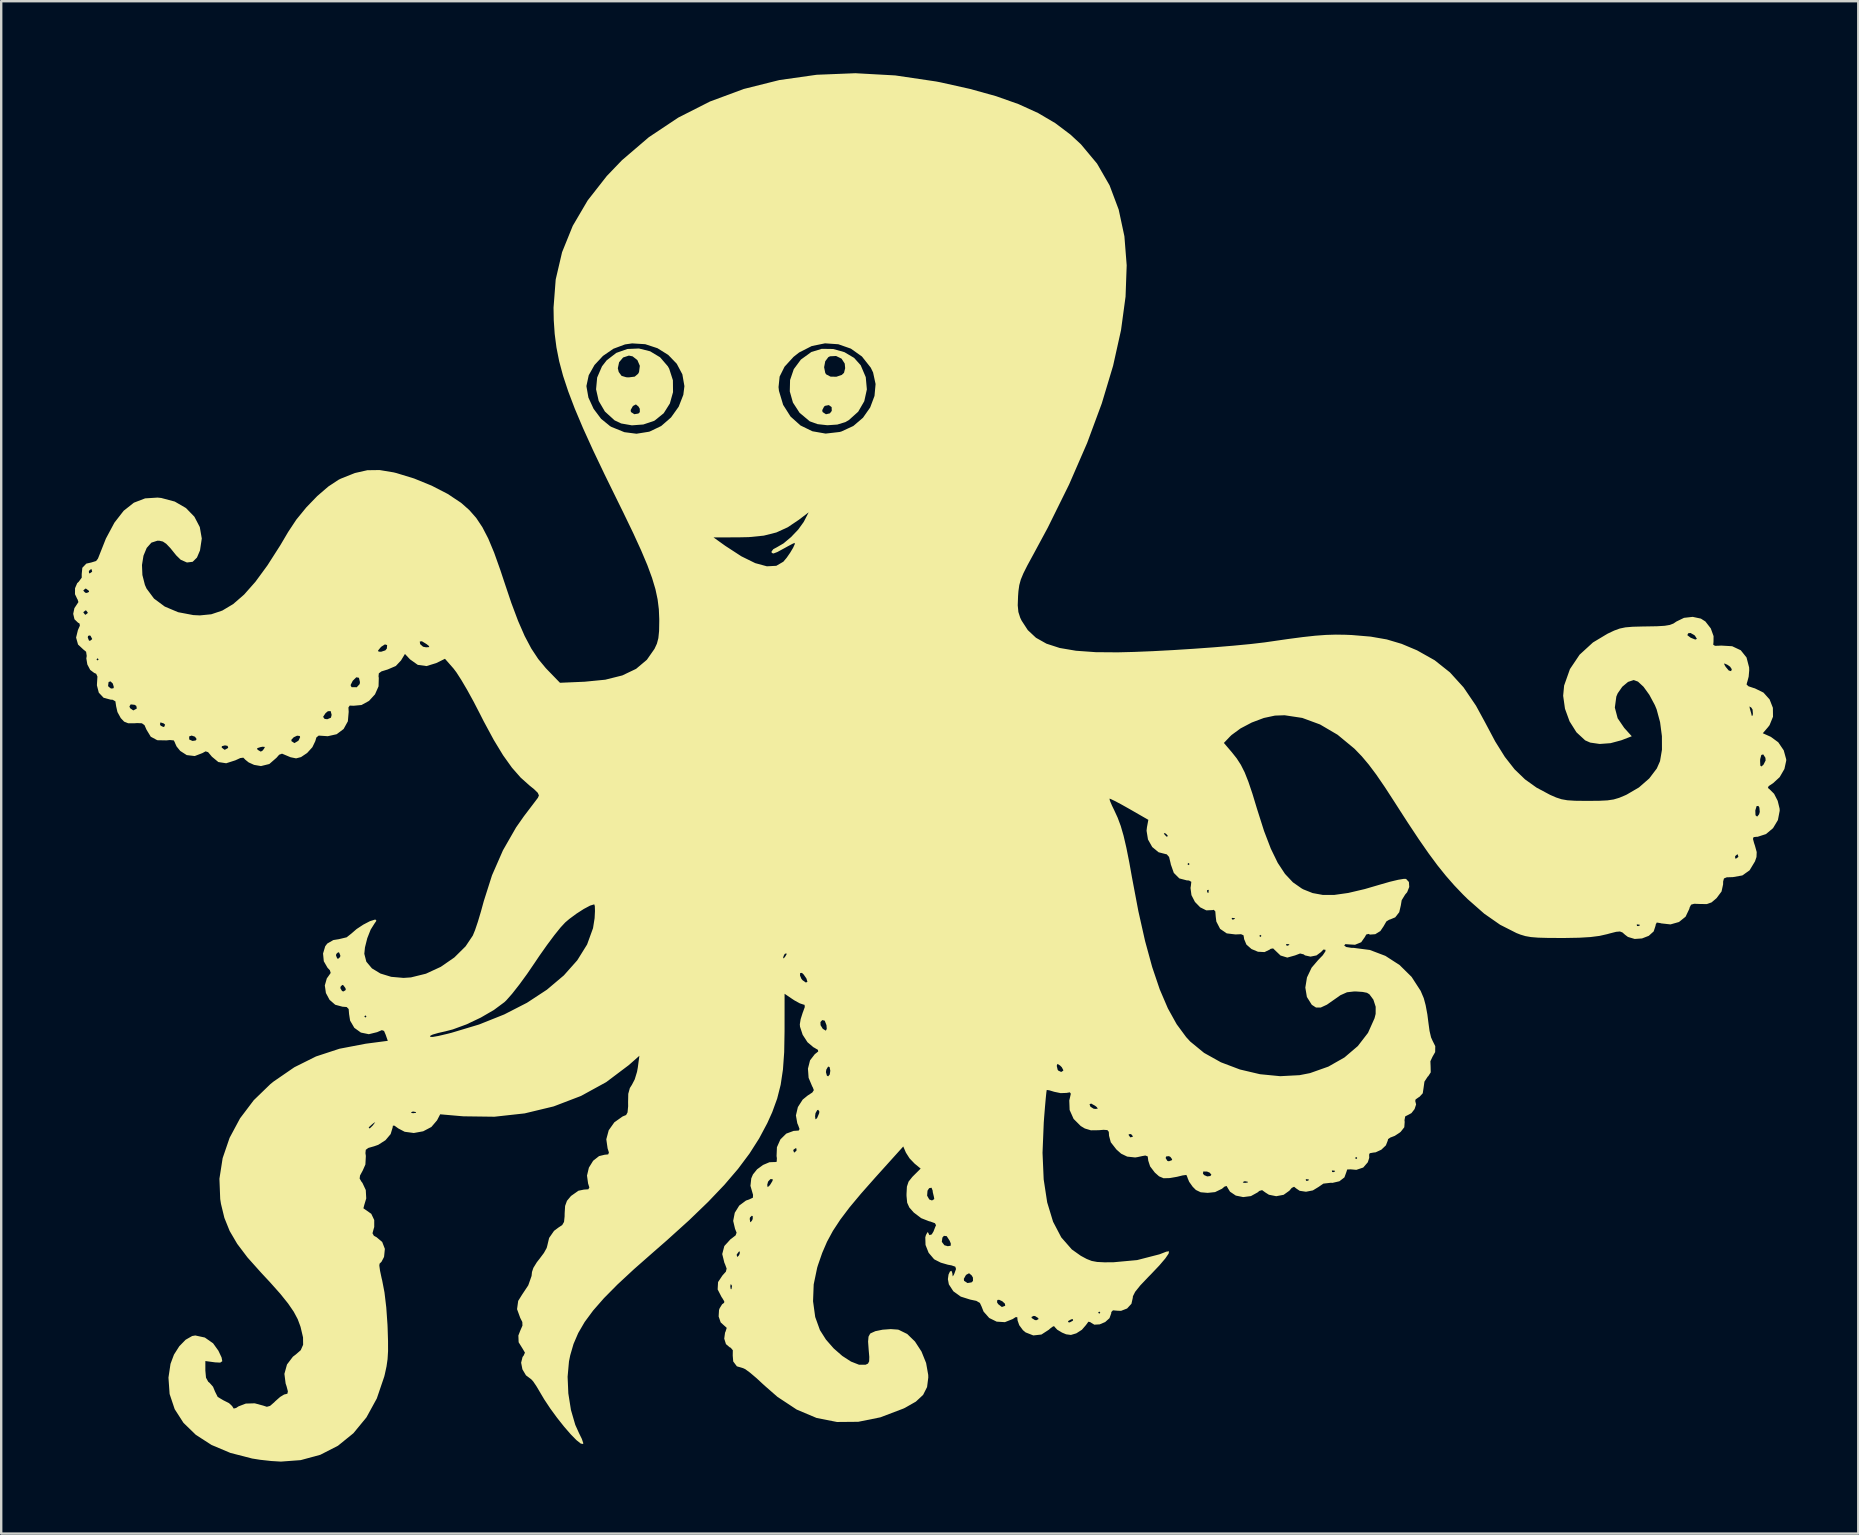
<source format=kicad_pcb>
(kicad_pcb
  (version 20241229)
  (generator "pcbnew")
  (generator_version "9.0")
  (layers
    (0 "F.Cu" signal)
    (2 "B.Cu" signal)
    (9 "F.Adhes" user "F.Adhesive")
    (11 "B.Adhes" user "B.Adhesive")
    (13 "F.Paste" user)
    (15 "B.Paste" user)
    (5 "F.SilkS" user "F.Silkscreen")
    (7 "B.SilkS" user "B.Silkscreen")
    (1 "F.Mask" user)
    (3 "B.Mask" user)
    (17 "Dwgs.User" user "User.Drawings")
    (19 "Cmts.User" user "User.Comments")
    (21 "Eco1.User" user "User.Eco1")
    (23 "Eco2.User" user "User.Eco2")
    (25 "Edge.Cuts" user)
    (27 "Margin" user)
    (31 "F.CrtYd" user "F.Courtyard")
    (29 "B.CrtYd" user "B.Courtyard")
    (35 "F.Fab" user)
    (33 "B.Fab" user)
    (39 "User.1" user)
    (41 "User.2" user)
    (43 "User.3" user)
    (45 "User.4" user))
  (footprint "octopus"
    (layer "F.Cu")
    (at 35.622 28.909)
    (property "Reference" "octopus" (at 0 0 0) (layer "F.SilkS") (effects (font (size 1.524 1.524) (thickness 0.3))))
    (attr board_only exclude_from_pos_files exclude_from_bom)
    (fp_poly (pts (xy -11.588 -17.324) (xy -11.174 -17.075) (xy -10.85 -16.699) (xy -10.793 -16.597) (xy -10.639 -16.118) (xy -10.634 -15.622) (xy -10.766 -15.15) (xy -11.023 -14.743) (xy -11.394 -14.443) (xy -11.43 -14.423) (xy -11.872 -14.275) (xy -12.348 -14.24) (xy -12.795 -14.318) (xy -13.07 -14.448) (xy -13.473 -14.816) (xy -13.509 -14.878) (xy -12.399 -14.878) (xy -12.388 -14.795) (xy -12.246 -14.703) (xy -12.077 -14.731) (xy -12.017 -14.79) (xy -12.019 -14.93) (xy -12.072 -15.022) (xy -12.18 -15.111) (xy -12.291 -15.053) (xy -12.317 -15.026) (xy -12.399 -14.878) (xy -13.509 -14.878) (xy -13.731 -15.257) (xy -13.84 -15.74) (xy -13.795 -16.231) (xy -13.628 -16.618) (xy -12.934 -16.618) (xy -12.896 -16.461) (xy -12.778 -16.301) (xy -12.581 -16.242) (xy -12.473 -16.238) (xy -12.229 -16.269) (xy -12.089 -16.387) (xy -12.05 -16.461) (xy -12.017 -16.719) (xy -12.119 -16.957) (xy -12.319 -17.114) (xy -12.473 -17.145) (xy -12.714 -17.066) (xy -12.88 -16.87) (xy -12.934 -16.618) (xy -13.628 -16.618) (xy -13.593 -16.698) (xy -13.399 -16.948) (xy -12.997 -17.258) (xy -12.537 -17.42) (xy -12.055 -17.441)) (stroke (width 0) (type solid)) (fill yes) (layer "F.SilkS"))
    (fp_poly (pts (xy -3.961 -17.42) (xy -3.495 -17.289) (xy -3.09 -17.049) (xy -2.816 -16.743) (xy -2.605 -16.247) (xy -2.559 -15.736) (xy -2.667 -15.245) (xy -2.92 -14.808) (xy -3.31 -14.458) (xy -3.456 -14.374) (xy -3.791 -14.272) (xy -4.203 -14.244) (xy -4.61 -14.289) (xy -4.933 -14.405) (xy -4.944 -14.412) (xy -5.364 -14.764) (xy -5.433 -14.872) (xy -4.418 -14.872) (xy -4.405 -14.795) (xy -4.263 -14.701) (xy -4.1 -14.739) (xy -4.021 -14.841) (xy -4.027 -15) (xy -4.143 -15.083) (xy -4.3 -15.053) (xy -4.342 -15.019) (xy -4.418 -14.872) (xy -5.433 -14.872) (xy -5.639 -15.188) (xy -5.77 -15.653) (xy -5.758 -16.127) (xy -5.604 -16.58) (xy -5.545 -16.66) (xy -4.34 -16.66) (xy -4.293 -16.424) (xy -4.255 -16.364) (xy -4.075 -16.269) (xy -3.829 -16.264) (xy -3.604 -16.34) (xy -3.511 -16.428) (xy -3.463 -16.621) (xy -3.481 -16.812) (xy -3.614 -17.018) (xy -3.842 -17.129) (xy -4.092 -17.116) (xy -4.164 -17.081) (xy -4.293 -16.909) (xy -4.34 -16.66) (xy -5.545 -16.66) (xy -5.308 -16.979) (xy -4.872 -17.295) (xy -4.869 -17.296) (xy -4.437 -17.427)) (stroke (width 0) (type solid)) (fill yes) (layer "F.SilkS"))
    (fp_poly (pts (xy -1.378 -28.817) (xy 0.323 -28.565) (xy 0.499 -28.531) (xy 1.74 -28.254) (xy 2.819 -27.954) (xy 3.758 -27.622) (xy 4.575 -27.25) (xy 5.291 -26.828) (xy 5.926 -26.349) (xy 6.362 -25.944) (xy 7.029 -25.145) (xy 7.552 -24.238) (xy 7.932 -23.227) (xy 8.17 -22.115) (xy 8.265 -20.906) (xy 8.218 -19.602) (xy 8.029 -18.206) (xy 7.699 -16.722) (xy 7.228 -15.154) (xy 6.617 -13.503) (xy 5.865 -11.774) (xy 4.974 -9.97) (xy 4.376 -8.861) (xy 4.132 -8.413) (xy 3.963 -8.078) (xy 3.854 -7.815) (xy 3.79 -7.581) (xy 3.755 -7.333) (xy 3.74 -7.132) (xy 3.726 -6.743) (xy 3.753 -6.464) (xy 3.829 -6.226) (xy 3.886 -6.107) (xy 4.145 -5.709) (xy 4.486 -5.39) (xy 4.923 -5.144) (xy 5.474 -4.965) (xy 6.154 -4.849) (xy 6.978 -4.79) (xy 7.892 -4.783) (xy 8.573 -4.8) (xy 9.354 -4.832) (xy 10.197 -4.877) (xy 11.064 -4.932) (xy 11.916 -4.994) (xy 12.717 -5.061) (xy 13.427 -5.129) (xy 14.009 -5.197) (xy 14.197 -5.224) (xy 14.97 -5.336) (xy 15.6 -5.419) (xy 16.121 -5.476) (xy 16.568 -5.509) (xy 16.977 -5.521) (xy 17.38 -5.515) (xy 17.644 -5.504) (xy 18.429 -5.438) (xy 19.1 -5.321) (xy 19.721 -5.136) (xy 20.355 -4.869) (xy 20.365 -4.864) (xy 21.094 -4.454) (xy 21.731 -3.948) (xy 22.298 -3.324) (xy 22.817 -2.56) (xy 23.198 -1.86) (xy 23.619 -1.067) (xy 24.02 -0.426) (xy 24.425 0.091) (xy 24.858 0.508) (xy 25.34 0.853) (xy 25.895 1.149) (xy 25.902 1.153) (xy 26.156 1.264) (xy 26.381 1.337) (xy 26.626 1.38) (xy 26.943 1.4) (xy 27.38 1.405) (xy 27.486 1.405) (xy 27.954 1.401) (xy 28.292 1.384) (xy 28.551 1.346) (xy 28.781 1.278) (xy 29.034 1.172) (xy 29.096 1.143) (xy 29.604 0.846) (xy 30.034 0.471) (xy 30.349 0.056) (xy 30.484 -0.25) (xy 30.484 -0.253) (xy 34.653 -0.253) (xy 34.662 -0.064) (xy 34.707 -0.028) (xy 34.792 -0.101) (xy 34.883 -0.28) (xy 34.873 -0.392) (xy 34.782 -0.532) (xy 34.702 -0.507) (xy 34.656 -0.333) (xy 34.653 -0.253) (xy 30.484 -0.253) (xy 30.564 -0.726) (xy 30.562 -1.291) (xy 30.486 -1.874) (xy 30.342 -2.407) (xy 30.291 -2.53) (xy 34.209 -2.53) (xy 34.227 -2.431) (xy 34.231 -2.419) (xy 34.287 -2.224) (xy 34.301 -2.147) (xy 34.326 -2.129) (xy 34.354 -2.209) (xy 34.338 -2.401) (xy 34.285 -2.482) (xy 34.209 -2.53) (xy 30.291 -2.53) (xy 30.268 -2.585) (xy 30.038 -3.014) (xy 29.796 -3.349) (xy 29.565 -3.563) (xy 29.387 -3.629) (xy 29.151 -3.551) (xy 28.911 -3.35) (xy 28.72 -3.076) (xy 28.663 -2.941) (xy 28.601 -2.482) (xy 28.718 -2.037) (xy 28.991 -1.636) (xy 29.306 -1.287) (xy 28.873 -1.12) (xy 28.422 -0.999) (xy 27.97 -0.966) (xy 27.576 -1.023) (xy 27.365 -1.116) (xy 27.002 -1.452) (xy 26.715 -1.908) (xy 26.524 -2.433) (xy 26.448 -2.974) (xy 26.488 -3.399) (xy 26.731 -4.086) (xy 26.891 -4.324) (xy 33.16 -4.324) (xy 33.164 -4.27) (xy 33.219 -4.178) (xy 33.347 -4.026) (xy 33.444 -3.999) (xy 33.474 -4.079) (xy 33.403 -4.186) (xy 33.288 -4.266) (xy 33.16 -4.324) (xy 26.891 -4.324) (xy 27.133 -4.685) (xy 27.689 -5.194) (xy 28.195 -5.498) (xy 31.621 -5.498) (xy 31.754 -5.396) (xy 31.76 -5.392) (xy 31.953 -5.315) (xy 32.02 -5.344) (xy 31.943 -5.469) (xy 31.912 -5.501) (xy 31.752 -5.59) (xy 31.656 -5.577) (xy 31.621 -5.498) (xy 28.195 -5.498) (xy 28.301 -5.561) (xy 28.574 -5.69) (xy 28.804 -5.774) (xy 29.044 -5.824) (xy 29.346 -5.849) (xy 29.762 -5.86) (xy 29.904 -5.862) (xy 30.362 -5.87) (xy 30.678 -5.889) (xy 30.892 -5.925) (xy 31.044 -5.984) (xy 31.165 -6.066) (xy 31.482 -6.22) (xy 31.845 -6.261) (xy 32.186 -6.188) (xy 32.373 -6.069) (xy 32.598 -5.78) (xy 32.714 -5.459) (xy 32.711 -5.218) (xy 32.7 -5.1) (xy 32.775 -5.054) (xy 32.979 -5.061) (xy 33.026 -5.065) (xy 33.488 -5.038) (xy 33.847 -4.869) (xy 34.087 -4.569) (xy 34.195 -4.154) (xy 34.199 -4.035) (xy 34.176 -3.769) (xy 34.121 -3.561) (xy 34.115 -3.549) (xy 34.088 -3.445) (xy 34.168 -3.369) (xy 34.389 -3.295) (xy 34.433 -3.283) (xy 34.793 -3.106) (xy 35.048 -2.822) (xy 35.185 -2.473) (xy 35.19 -2.101) (xy 35.047 -1.75) (xy 34.981 -1.664) (xy 34.765 -1.413) (xy 35.101 -1.262) (xy 35.409 -1.036) (xy 35.637 -0.7) (xy 35.74 -0.326) (xy 35.741 -0.272) (xy 35.665 0.076) (xy 35.468 0.416) (xy 35.195 0.667) (xy 35.184 0.674) (xy 35.008 0.791) (xy 34.977 0.866) (xy 35.049 0.924) (xy 35.236 1.11) (xy 35.386 1.404) (xy 35.465 1.729) (xy 35.469 1.814) (xy 35.394 2.204) (xy 35.191 2.542) (xy 34.898 2.788) (xy 34.552 2.9) (xy 34.487 2.903) (xy 34.381 2.916) (xy 34.355 2.988) (xy 34.402 3.165) (xy 34.437 3.268) (xy 34.511 3.537) (xy 34.502 3.744) (xy 34.439 3.926) (xy 34.214 4.298) (xy 33.914 4.511) (xy 33.517 4.581) (xy 33.509 4.581) (xy 33.262 4.589) (xy 33.147 4.637) (xy 33.113 4.763) (xy 33.111 4.883) (xy 33.046 5.18) (xy 32.837 5.459) (xy 32.631 5.634) (xy 32.434 5.704) (xy 32.159 5.701) (xy 31.906 5.691) (xy 31.778 5.729) (xy 31.718 5.843) (xy 31.702 5.907) (xy 31.548 6.23) (xy 31.273 6.451) (xy 30.92 6.551) (xy 30.532 6.508) (xy 30.503 6.498) (xy 30.348 6.473) (xy 30.3 6.566) (xy 30.299 6.6) (xy 30.219 6.843) (xy 30.014 7.027) (xy 29.733 7.136) (xy 29.427 7.157) (xy 29.146 7.073) (xy 29.027 6.983) (xy 28.919 6.887) (xy 28.813 6.846) (xy 28.654 6.86) (xy 28.39 6.927) (xy 28.278 6.958) (xy 27.961 7.03) (xy 27.585 7.078) (xy 27.112 7.106) (xy 26.505 7.117) (xy 26.352 7.117) (xy 25.807 7.114) (xy 25.405 7.103) (xy 25.107 7.079) (xy 24.874 7.038) (xy 24.668 6.976) (xy 24.502 6.911) (xy 23.826 6.568) (xy 23.817 6.562) (xy 29.512 6.562) (xy 29.525 6.616) (xy 29.573 6.622) (xy 29.648 6.589) (xy 29.633 6.562) (xy 29.526 6.551) (xy 29.512 6.562) (xy 23.817 6.562) (xy 23.161 6.105) (xy 22.474 5.501) (xy 22.27 5.3) (xy 21.91 4.923) (xy 21.564 4.528) (xy 21.215 4.094) (xy 20.937 3.719) (xy 33.61 3.719) (xy 33.617 3.803) (xy 33.65 3.81) (xy 33.742 3.744) (xy 33.746 3.719) (xy 33.715 3.631) (xy 33.706 3.629) (xy 33.628 3.692) (xy 33.61 3.719) (xy 20.937 3.719) (xy 20.846 3.596) (xy 20.44 3.012) (xy 19.979 2.317) (xy 19.652 1.81) (xy 34.453 1.81) (xy 34.461 2.004) (xy 34.529 2.061) (xy 34.61 1.966) (xy 34.639 1.865) (xy 34.622 1.682) (xy 34.582 1.616) (xy 34.507 1.622) (xy 34.454 1.799) (xy 34.453 1.81) (xy 19.652 1.81) (xy 19.446 1.489) (xy 19.434 1.47) (xy 19.014 0.823) (xy 18.66 0.307) (xy 18.349 -0.108) (xy 18.06 -0.451) (xy 17.771 -0.751) (xy 17.746 -0.775) (xy 17.05 -1.35) (xy 16.321 -1.778) (xy 15.579 -2.051) (xy 14.845 -2.162) (xy 14.443 -2.148) (xy 13.979 -2.049) (xy 13.477 -1.86) (xy 13.007 -1.613) (xy 12.634 -1.339) (xy 12.574 -1.281) (xy 12.314 -1.009) (xy 12.642 -0.625) (xy 12.847 -0.367) (xy 13.021 -0.098) (xy 13.179 0.215) (xy 13.334 0.606) (xy 13.503 1.106) (xy 13.698 1.749) (xy 13.702 1.761) (xy 13.988 2.661) (xy 14.27 3.397) (xy 14.557 3.987) (xy 14.861 4.448) (xy 15.19 4.798) (xy 15.556 5.054) (xy 15.626 5.092) (xy 16.012 5.246) (xy 16.435 5.323) (xy 16.92 5.322) (xy 17.494 5.241) (xy 18.182 5.079) (xy 18.838 4.887) (xy 19.232 4.774) (xy 19.571 4.693) (xy 19.813 4.653) (xy 19.904 4.656) (xy 20.022 4.784) (xy 20.036 4.991) (xy 19.949 5.21) (xy 19.866 5.307) (xy 19.721 5.544) (xy 19.685 5.76) (xy 19.619 6.043) (xy 19.452 6.257) (xy 19.228 6.35) (xy 19.21 6.35) (xy 19.084 6.427) (xy 18.976 6.613) (xy 18.974 6.619) (xy 18.833 6.828) (xy 18.62 6.959) (xy 18.402 6.975) (xy 18.336 6.947) (xy 18.243 6.974) (xy 18.189 7.074) (xy 18.033 7.295) (xy 17.777 7.399) (xy 17.555 7.386) (xy 17.376 7.373) (xy 17.326 7.429) (xy 17.409 7.492) (xy 17.623 7.527) (xy 17.72 7.529) (xy 18.395 7.616) (xy 19.043 7.862) (xy 19.633 8.243) (xy 20.134 8.737) (xy 20.512 9.321) (xy 20.642 9.628) (xy 20.72 9.919) (xy 20.791 10.302) (xy 20.835 10.648) (xy 20.881 10.986) (xy 20.945 11.259) (xy 21.013 11.41) (xy 21.015 11.413) (xy 21.12 11.623) (xy 21.116 11.87) (xy 21.007 12.06) (xy 20.917 12.252) (xy 20.926 12.467) (xy 20.931 12.716) (xy 20.828 12.875) (xy 20.806 12.892) (xy 20.669 13.101) (xy 20.637 13.332) (xy 20.599 13.586) (xy 20.465 13.732) (xy 20.434 13.749) (xy 20.301 13.843) (xy 20.286 13.906) (xy 20.322 14.052) (xy 20.258 14.245) (xy 20.128 14.412) (xy 20.018 14.473) (xy 19.868 14.549) (xy 19.838 14.708) (xy 19.846 14.779) (xy 19.83 15.001) (xy 19.683 15.188) (xy 19.636 15.227) (xy 19.433 15.36) (xy 19.274 15.421) (xy 19.265 15.421) (xy 19.155 15.494) (xy 19.141 15.557) (xy 19.063 15.756) (xy 18.873 15.937) (xy 18.636 16.046) (xy 18.546 16.056) (xy 18.392 16.083) (xy 18.365 16.14) (xy 18.369 16.276) (xy 18.31 16.46) (xy 18.119 16.68) (xy 17.832 16.776) (xy 17.597 16.755) (xy 17.451 16.761) (xy 17.417 16.867) (xy 17.336 17.09) (xy 17.126 17.252) (xy 16.839 17.318) (xy 16.763 17.315) (xy 16.459 17.35) (xy 16.257 17.489) (xy 16.02 17.633) (xy 15.734 17.688) (xy 15.471 17.649) (xy 15.331 17.554) (xy 15.238 17.48) (xy 15.139 17.53) (xy 15.042 17.645) (xy 14.803 17.816) (xy 14.494 17.874) (xy 14.19 17.813) (xy 14.045 17.721) (xy 13.906 17.621) (xy 13.791 17.654) (xy 13.721 17.714) (xy 13.441 17.869) (xy 13.119 17.911) (xy 12.81 17.848) (xy 12.57 17.686) (xy 12.482 17.544) (xy 12.427 17.448) (xy 12.341 17.474) (xy 12.235 17.564) (xy 11.947 17.703) (xy 11.639 17.735) (xy 11.347 17.71) (xy 11.148 17.614) (xy 11.014 17.48) (xy 10.89 17.305) (xy 13.102 17.305) (xy 13.191 17.319) (xy 13.309 17.303) (xy 13.31 17.272) (xy 13.189 17.25) (xy 13.137 17.264) (xy 13.102 17.305) (xy 10.89 17.305) (xy 10.868 17.275) (xy 10.827 17.175) (xy 15.724 17.175) (xy 15.736 17.229) (xy 15.784 17.236) (xy 15.859 17.203) (xy 15.845 17.175) (xy 15.737 17.164) (xy 15.724 17.175) (xy 10.827 17.175) (xy 10.797 17.103) (xy 10.795 17.084) (xy 10.751 16.988) (xy 10.594 17.008) (xy 10.591 17.009) (xy 10.36 17.066) (xy 10.074 17.116) (xy 10.049 17.119) (xy 9.803 17.126) (xy 9.613 17.046) (xy 9.483 16.93) (xy 11.441 16.93) (xy 11.49 16.994) (xy 11.62 17.05) (xy 11.752 17.033) (xy 11.793 16.974) (xy 11.717 16.889) (xy 11.611 16.847) (xy 11.457 16.844) (xy 11.441 16.93) (xy 9.483 16.93) (xy 9.437 16.889) (xy 9.378 16.812) (xy 16.812 16.812) (xy 16.825 16.866) (xy 16.873 16.873) (xy 16.948 16.84) (xy 16.933 16.812) (xy 16.826 16.802) (xy 16.812 16.812) (xy 9.378 16.812) (xy 9.241 16.632) (xy 9.162 16.389) (xy 9.162 16.379) (xy 9.15 16.286) (xy 9.888 16.286) (xy 9.961 16.404) (xy 10.024 16.419) (xy 10.145 16.375) (xy 10.16 16.338) (xy 10.12 16.283) (xy 17.78 16.283) (xy 17.825 16.329) (xy 17.871 16.283) (xy 17.825 16.238) (xy 17.78 16.283) (xy 10.12 16.283) (xy 10.088 16.239) (xy 10.024 16.205) (xy 9.907 16.219) (xy 9.888 16.286) (xy 9.15 16.286) (xy 9.141 16.216) (xy 9.042 16.179) (xy 8.913 16.202) (xy 8.716 16.245) (xy 8.618 16.26) (xy 8.286 16.224) (xy 8.035 16.103) (xy 7.838 15.929) (xy 7.603 15.628) (xy 7.529 15.353) (xy 7.528 15.325) (xy 8.346 15.325) (xy 8.412 15.418) (xy 8.436 15.421) (xy 8.525 15.39) (xy 8.527 15.381) (xy 8.464 15.304) (xy 8.436 15.285) (xy 8.353 15.293) (xy 8.346 15.325) (xy 7.528 15.325) (xy 7.52 15.193) (xy 7.461 15.12) (xy 7.305 15.108) (xy 7.098 15.125) (xy 6.774 15.129) (xy 6.521 15.053) (xy 6.35 14.95) (xy 6.054 14.654) (xy 5.888 14.282) (xy 5.879 14.04) (xy 6.717 14.04) (xy 6.754 14.145) (xy 6.887 14.229) (xy 6.968 14.239) (xy 7.063 14.223) (xy 7.015 14.158) (xy 6.946 14.104) (xy 6.786 14.015) (xy 6.717 14.04) (xy 5.879 14.04) (xy 5.873 13.887) (xy 5.895 13.795) (xy 5.938 13.607) (xy 5.898 13.547) (xy 5.756 13.571) (xy 5.514 13.58) (xy 5.248 13.525) (xy 5.047 13.464) (xy 4.938 13.448) (xy 4.934 13.45) (xy 4.919 13.545) (xy 4.894 13.788) (xy 4.862 14.147) (xy 4.826 14.59) (xy 4.81 14.808) (xy 4.759 16.066) (xy 4.807 17.174) (xy 4.953 18.131) (xy 5.198 18.937) (xy 5.54 19.59) (xy 5.98 20.092) (xy 6.352 20.356) (xy 6.6 20.489) (xy 6.808 20.571) (xy 7.035 20.613) (xy 7.335 20.628) (xy 7.711 20.626) (xy 8.701 20.535) (xy 9.631 20.295) (xy 9.921 20.183) (xy 10.029 20.169) (xy 10.011 20.267) (xy 9.874 20.467) (xy 9.626 20.758) (xy 9.273 21.13) (xy 9.178 21.226) (xy 8.832 21.59) (xy 8.618 21.857) (xy 8.524 22.043) (xy 8.519 22.106) (xy 8.463 22.355) (xy 8.282 22.552) (xy 8.03 22.65) (xy 7.883 22.645) (xy 7.694 22.628) (xy 7.625 22.699) (xy 7.62 22.757) (xy 7.548 22.956) (xy 7.369 23.116) (xy 7.14 23.213) (xy 6.917 23.226) (xy 6.756 23.129) (xy 6.75 23.119) (xy 6.669 23.103) (xy 6.567 23.243) (xy 6.398 23.439) (xy 6.166 23.587) (xy 5.942 23.654) (xy 5.741 23.627) (xy 5.572 23.556) (xy 5.371 23.435) (xy 5.266 23.322) (xy 5.261 23.303) (xy 5.207 23.291) (xy 5.072 23.39) (xy 5.022 23.437) (xy 4.713 23.637) (xy 4.375 23.674) (xy 4.054 23.548) (xy 3.942 23.454) (xy 3.789 23.248) (xy 3.73 23.08) (xy 5.819 23.08) (xy 5.84 23.127) (xy 5.891 23.132) (xy 6.014 23.066) (xy 6.032 23.042) (xy 6.017 22.991) (xy 5.946 23.007) (xy 5.819 23.08) (xy 3.73 23.08) (xy 3.72 23.051) (xy 3.719 23.04) (xy 3.706 22.912) (xy 3.633 22.915) (xy 3.518 22.991) (xy 3.191 23.121) (xy 2.849 23.1) (xy 2.537 22.947) (xy 2.501 22.905) (xy 4.299 22.905) (xy 4.309 22.951) (xy 4.44 23.033) (xy 4.501 23.041) (xy 4.591 22.996) (xy 4.581 22.951) (xy 4.45 22.868) (xy 4.389 22.86) (xy 4.299 22.905) (xy 2.501 22.905) (xy 2.341 22.724) (xy 7.076 22.724) (xy 7.121 22.769) (xy 7.166 22.724) (xy 7.121 22.679) (xy 7.076 22.724) (xy 2.341 22.724) (xy 2.303 22.681) (xy 2.219 22.469) (xy 2.149 22.32) (xy 2.098 22.291) (xy 2.863 22.291) (xy 2.91 22.369) (xy 3.065 22.49) (xy 3.202 22.44) (xy 3.204 22.438) (xy 3.193 22.352) (xy 3.084 22.251) (xy 2.949 22.189) (xy 2.877 22.196) (xy 2.863 22.291) (xy 2.098 22.291) (xy 2.001 22.234) (xy 1.747 22.181) (xy 1.353 22.057) (xy 1.044 21.835) (xy 0.857 21.547) (xy 0.816 21.33) (xy 0.818 21.317) (xy 1.48 21.317) (xy 1.491 21.4) (xy 1.634 21.492) (xy 1.802 21.464) (xy 1.862 21.405) (xy 1.86 21.265) (xy 1.807 21.173) (xy 1.699 21.084) (xy 1.589 21.142) (xy 1.562 21.169) (xy 1.48 21.317) (xy 0.818 21.317) (xy 0.843 21.139) (xy 0.902 21.011) (xy 0.965 20.981) (xy 1.003 21.084) (xy 1.004 21.108) (xy 1.017 21.214) (xy 1.06 21.156) (xy 1.089 21.091) (xy 1.155 20.907) (xy 1.125 20.81) (xy 0.965 20.755) (xy 0.819 20.729) (xy 0.522 20.643) (xy 0.264 20.513) (xy 0.236 20.492) (xy 0.014 20.231) (xy -0.115 19.905) (xy -0.119 19.776) (xy 0.563 19.776) (xy 0.671 19.917) (xy 0.812 19.957) (xy 0.934 19.937) (xy 0.937 19.842) (xy 0.891 19.73) (xy 0.767 19.538) (xy 0.651 19.525) (xy 0.587 19.599) (xy 0.563 19.776) (xy -0.119 19.776) (xy -0.125 19.587) (xy -0.099 19.495) (xy -0.034 19.373) (xy -0.006 19.39) (xy 0.046 19.496) (xy 0.143 19.466) (xy 0.216 19.345) (xy 0.291 19.152) (xy 0.322 19.084) (xy 0.277 18.999) (xy 0.082 18.928) (xy 0.033 18.918) (xy -0.295 18.789) (xy -0.606 18.553) (xy -0.606 18.553) (xy -0.791 18.343) (xy -0.88 18.144) (xy -0.906 17.871) (xy -0.907 17.852) (xy -0.049 17.852) (xy 0.041 18.01) (xy 0.155 18.052) (xy 0.249 17.994) (xy 0.236 17.909) (xy 0.187 17.704) (xy 0.181 17.637) (xy 0.134 17.52) (xy 0.035 17.54) (xy -0.033 17.644) (xy -0.049 17.852) (xy -0.907 17.852) (xy -0.907 17.78) (xy -0.891 17.475) (xy -0.821 17.266) (xy -0.665 17.07) (xy -0.612 17.016) (xy -0.318 16.724) (xy -0.571 16.516) (xy -0.78 16.298) (xy -0.932 16.06) (xy -0.934 16.055) (xy -1.043 15.802) (xy -2.202 17.088) (xy -2.799 17.763) (xy -3.282 18.341) (xy -3.667 18.851) (xy -3.974 19.318) (xy -4.219 19.771) (xy -4.42 20.237) (xy -4.596 20.745) (xy -4.629 20.852) (xy -4.774 21.548) (xy -4.801 22.249) (xy -4.711 22.906) (xy -4.514 23.453) (xy -4.263 23.848) (xy -3.941 24.215) (xy -3.583 24.528) (xy -3.22 24.763) (xy -2.887 24.894) (xy -2.616 24.896) (xy -2.613 24.895) (xy -2.512 24.847) (xy -2.464 24.753) (xy -2.458 24.568) (xy -2.484 24.268) (xy -2.508 23.931) (xy -2.49 23.725) (xy -2.425 23.605) (xy -2.405 23.587) (xy -2.206 23.497) (xy -1.902 23.435) (xy -1.565 23.41) (xy -1.272 23.431) (xy -1.232 23.44) (xy -0.878 23.614) (xy -0.554 23.929) (xy -0.283 24.346) (xy -0.091 24.823) (xy -0.003 25.32) (xy -0.00034 25.426) (xy -0.051 25.825) (xy -0.216 26.151) (xy -0.517 26.431) (xy -0.975 26.692) (xy -1.039 26.722) (xy -1.997 27.086) (xy -2.917 27.272) (xy -3.803 27.28) (xy -4.657 27.111) (xy -5.483 26.762) (xy -6.283 26.234) (xy -6.848 25.74) (xy -7.153 25.457) (xy -7.423 25.228) (xy -7.624 25.08) (xy -7.716 25.037) (xy -7.975 24.961) (xy -8.127 24.758) (xy -8.147 24.509) (xy -8.143 24.291) (xy -8.231 24.186) (xy -8.271 24.17) (xy -8.429 24.036) (xy -8.501 23.808) (xy -8.467 23.558) (xy -8.446 23.513) (xy -8.397 23.359) (xy -8.483 23.28) (xy -8.485 23.28) (xy -8.649 23.131) (xy -8.734 22.884) (xy -8.718 22.614) (xy -8.692 22.542) (xy -8.589 22.376) (xy -8.506 22.316) (xy -8.499 22.255) (xy -8.588 22.107) (xy -8.611 22.077) (xy -8.775 21.758) (xy -8.768 21.628) (xy -8.248 21.628) (xy -8.231 21.745) (xy -8.2 21.747) (xy -8.179 21.625) (xy -8.193 21.573) (xy -8.233 21.539) (xy -8.248 21.628) (xy -8.768 21.628) (xy -8.758 21.451) (xy -8.575 21.176) (xy -8.432 21.017) (xy -8.401 20.888) (xy -8.469 20.703) (xy -8.495 20.647) (xy -8.574 20.325) (xy -7.983 20.325) (xy -7.954 20.408) (xy -7.887 20.336) (xy -7.858 20.27) (xy -7.851 20.176) (xy -7.893 20.185) (xy -7.98 20.301) (xy -7.983 20.325) (xy -8.574 20.325) (xy -8.584 20.283) (xy -8.497 19.95) (xy -8.24 19.668) (xy -8.2 19.64) (xy -8.027 19.506) (xy -7.986 19.393) (xy -8.051 19.231) (xy -8.128 18.904) (xy -8.113 18.823) (xy -7.439 18.823) (xy -7.419 18.944) (xy -7.403 18.959) (xy -7.344 18.888) (xy -7.315 18.823) (xy -7.313 18.706) (xy -7.351 18.687) (xy -7.429 18.761) (xy -7.439 18.823) (xy -8.113 18.823) (xy -8.062 18.564) (xy -7.876 18.264) (xy -7.595 18.055) (xy -7.467 18.011) (xy -7.307 17.936) (xy -7.301 17.812) (xy -7.306 17.799) (xy -7.409 17.441) (xy -7.404 17.4) (xy -6.71 17.4) (xy -6.694 17.495) (xy -6.629 17.447) (xy -6.575 17.378) (xy -6.487 17.231) (xy -6.481 17.165) (xy -6.579 17.162) (xy -6.675 17.267) (xy -6.71 17.4) (xy -7.404 17.4) (xy -7.375 17.132) (xy -7.305 16.968) (xy -7.132 16.753) (xy -6.882 16.571) (xy -6.618 16.459) (xy -6.401 16.45) (xy -6.391 16.454) (xy -6.315 16.439) (xy -6.308 16.29) (xy -6.321 16.201) (xy -6.311 15.966) (xy -5.624 15.966) (xy -5.593 16.054) (xy -5.584 16.056) (xy -5.507 15.993) (xy -5.488 15.966) (xy -5.495 15.882) (xy -5.528 15.875) (xy -5.621 15.941) (xy -5.624 15.966) (xy -6.311 15.966) (xy -6.306 15.834) (xy -6.161 15.508) (xy -5.917 15.267) (xy -5.608 15.153) (xy -5.54 15.149) (xy -5.398 15.139) (xy -5.364 15.075) (xy -5.424 14.91) (xy -5.457 14.836) (xy -5.509 14.542) (xy -4.716 14.542) (xy -4.701 14.672) (xy -4.647 14.636) (xy -4.626 14.605) (xy -4.548 14.422) (xy -4.537 14.35) (xy -4.586 14.275) (xy -4.626 14.287) (xy -4.699 14.414) (xy -4.716 14.542) (xy -5.509 14.542) (xy -5.515 14.51) (xy -5.433 14.161) (xy -5.233 13.85) (xy -5.026 13.681) (xy -4.83 13.553) (xy -4.768 13.455) (xy -4.814 13.334) (xy -4.835 13.301) (xy -4.986 12.942) (xy -5.003 12.705) (xy -4.264 12.705) (xy -4.225 12.85) (xy -4.173 12.881) (xy -4.105 12.804) (xy -4.082 12.649) (xy -4.111 12.495) (xy -4.173 12.473) (xy -4.249 12.601) (xy -4.264 12.705) (xy -5.003 12.705) (xy -5.014 12.561) (xy -4.985 12.447) (xy 5.352 12.447) (xy 5.389 12.606) (xy 5.413 12.64) (xy 5.537 12.698) (xy 5.62 12.647) (xy 5.624 12.62) (xy 5.562 12.502) (xy 5.488 12.428) (xy 5.38 12.363) (xy 5.352 12.439) (xy 5.352 12.447) (xy -4.985 12.447) (xy -4.926 12.214) (xy -4.726 11.955) (xy -4.704 11.939) (xy -4.586 11.845) (xy -4.597 11.777) (xy -4.753 11.685) (xy -4.786 11.668) (xy -5.033 11.459) (xy -5.234 11.148) (xy -5.344 10.813) (xy -5.352 10.71) (xy -5.337 10.618) (xy -4.493 10.618) (xy -4.488 10.751) (xy -4.395 10.901) (xy -4.27 10.976) (xy -4.265 10.976) (xy -4.23 10.901) (xy -4.241 10.75) (xy -4.314 10.562) (xy -4.417 10.536) (xy -4.493 10.618) (xy -5.337 10.618) (xy -5.317 10.497) (xy -5.233 10.232) (xy -5.221 10.202) (xy -5.145 9.993) (xy -5.154 9.902) (xy -5.208 9.888) (xy -5.352 9.84) (xy -5.571 9.72) (xy -5.657 9.664) (xy -5.987 9.44) (xy -5.988 11.002) (xy -6.003 11.869) (xy -6.055 12.599) (xy -6.15 13.232) (xy -6.296 13.809) (xy -6.501 14.373) (xy -6.709 14.834) (xy -7.047 15.468) (xy -7.448 16.097) (xy -7.926 16.736) (xy -8.496 17.402) (xy -9.17 18.109) (xy -9.963 18.874) (xy -10.889 19.711) (xy -11.441 20.193) (xy -12.263 20.916) (xy -12.949 21.553) (xy -13.511 22.121) (xy -13.962 22.636) (xy -14.316 23.115) (xy -14.584 23.575) (xy -14.78 24.031) (xy -14.917 24.502) (xy -14.969 24.759) (xy -15.026 25.396) (xy -14.996 26.09) (xy -14.887 26.778) (xy -14.707 27.398) (xy -14.548 27.75) (xy -14.432 27.987) (xy -14.376 28.154) (xy -14.378 28.197) (xy -14.478 28.179) (xy -14.658 28.036) (xy -14.896 27.793) (xy -15.17 27.477) (xy -15.46 27.112) (xy -15.744 26.724) (xy -16 26.338) (xy -16.153 26.08) (xy -16.317 25.802) (xy -16.456 25.595) (xy -16.54 25.502) (xy -16.54 25.502) (xy -16.761 25.336) (xy -16.909 25.085) (xy -16.962 24.81) (xy -16.903 24.572) (xy -16.857 24.513) (xy -16.803 24.392) (xy -16.888 24.246) (xy -17.066 23.959) (xy -17.077 23.678) (xy -16.998 23.474) (xy -16.907 23.266) (xy -16.912 23.115) (xy -16.999 22.944) (xy -17.132 22.58) (xy -17.085 22.236) (xy -16.921 21.972) (xy -16.665 21.587) (xy -16.527 21.196) (xy -16.51 21.032) (xy -16.453 20.861) (xy -16.308 20.625) (xy -16.192 20.477) (xy -16.013 20.238) (xy -15.898 20.031) (xy -15.875 19.945) (xy -15.796 19.613) (xy -15.591 19.317) (xy -15.404 19.177) (xy -15.251 19.077) (xy -15.175 18.945) (xy -15.151 18.718) (xy -15.149 18.587) (xy -15.13 18.279) (xy -15.053 18.066) (xy -14.886 17.866) (xy -14.884 17.864) (xy -14.575 17.646) (xy -14.348 17.599) (xy -14.163 17.586) (xy -14.12 17.51) (xy -14.173 17.342) (xy -14.218 17.015) (xy -14.139 16.684) (xy -13.962 16.397) (xy -13.716 16.203) (xy -13.483 16.147) (xy -13.334 16.132) (xy -13.305 16.052) (xy -13.36 15.881) (xy -13.414 15.502) (xy -13.313 15.127) (xy -13.079 14.796) (xy -12.735 14.552) (xy -12.589 14.492) (xy -12.529 14.383) (xy -12.504 14.126) (xy -12.506 13.959) (xy -12.499 13.609) (xy -12.433 13.368) (xy -12.346 13.231) (xy -12.23 13.008) (xy -12.134 12.693) (xy -12.101 12.513) (xy -12.036 12.024) (xy -12.477 12.413) (xy -13.417 13.121) (xy -14.467 13.697) (xy -15.606 14.133) (xy -16.815 14.424) (xy -18.075 14.563) (xy -19.365 14.546) (xy -19.488 14.536) (xy -20.335 14.462) (xy -20.465 14.713) (xy -20.702 14.991) (xy -21.043 15.17) (xy -21.432 15.241) (xy -21.813 15.19) (xy -22.077 15.052) (xy -22.238 14.936) (xy -22.305 14.936) (xy -22.316 15.015) (xy -22.398 15.286) (xy -22.613 15.541) (xy -22.915 15.734) (xy -23.086 15.794) (xy -23.328 15.863) (xy -23.434 15.941) (xy -23.448 16.078) (xy -23.431 16.198) (xy -23.45 16.554) (xy -23.562 16.807) (xy -23.673 17.011) (xy -23.69 17.138) (xy -23.617 17.265) (xy -23.573 17.32) (xy -23.434 17.617) (xy -23.415 17.967) (xy -23.495 18.233) (xy -23.533 18.378) (xy -23.422 18.455) (xy -23.419 18.456) (xy -23.204 18.609) (xy -23.082 18.866) (xy -23.082 19.158) (xy -23.103 19.227) (xy -23.154 19.417) (xy -23.097 19.522) (xy -22.983 19.584) (xy -22.75 19.78) (xy -22.639 20.068) (xy -22.671 20.389) (xy -22.685 20.427) (xy -22.78 20.607) (xy -22.858 20.683) (xy -22.859 20.683) (xy -22.87 20.764) (xy -22.84 20.978) (xy -22.775 21.285) (xy -22.75 21.386) (xy -22.655 21.881) (xy -22.58 22.51) (xy -22.53 23.223) (xy -22.524 23.361) (xy -22.507 23.907) (xy -22.506 24.324) (xy -22.526 24.66) (xy -22.57 24.966) (xy -22.641 25.293) (xy -22.665 25.39) (xy -22.974 26.299) (xy -23.406 27.088) (xy -23.949 27.748) (xy -24.594 28.271) (xy -25.329 28.647) (xy -26.146 28.869) (xy -26.969 28.93) (xy -27.371 28.906) (xy -27.834 28.855) (xy -28.167 28.802) (xy -29.075 28.568) (xy -29.861 28.236) (xy -30.514 27.815) (xy -31.029 27.315) (xy -31.395 26.745) (xy -31.606 26.114) (xy -31.654 25.432) (xy -31.569 24.859) (xy -31.425 24.474) (xy -31.204 24.126) (xy -30.939 23.854) (xy -30.666 23.698) (xy -30.535 23.676) (xy -30.138 23.762) (xy -29.795 24.002) (xy -29.574 24.31) (xy -29.441 24.592) (xy -29.412 24.748) (xy -29.497 24.806) (xy -29.709 24.796) (xy -29.754 24.79) (xy -30.117 24.741) (xy -30.117 25.139) (xy -30.09 25.435) (xy -29.996 25.606) (xy -29.944 25.646) (xy -29.797 25.812) (xy -29.714 26.014) (xy -29.602 26.237) (xy -29.36 26.38) (xy -29.351 26.384) (xy -29.132 26.494) (xy -28.999 26.619) (xy -28.993 26.633) (xy -28.936 26.721) (xy -28.836 26.696) (xy -28.737 26.63) (xy -28.433 26.513) (xy -28.061 26.502) (xy -27.716 26.595) (xy -27.555 26.647) (xy -27.422 26.61) (xy -27.25 26.462) (xy -27.202 26.413) (xy -27.003 26.237) (xy -26.837 26.136) (xy -26.795 26.126) (xy -26.699 26.101) (xy -26.679 26.002) (xy -26.735 25.789) (xy -26.773 25.677) (xy -26.824 25.275) (xy -26.716 24.884) (xy -26.469 24.559) (xy -26.349 24.468) (xy -26.143 24.288) (xy -26.044 24.062) (xy -26.048 23.755) (xy -26.148 23.33) (xy -26.159 23.294) (xy -26.27 22.996) (xy -26.435 22.687) (xy -26.67 22.344) (xy -26.992 21.943) (xy -27.42 21.462) (xy -27.798 21.056) (xy -28.361 20.426) (xy -28.79 19.859) (xy -29.105 19.321) (xy -29.324 18.778) (xy -29.466 18.195) (xy -29.498 17.993) (xy -29.531 17.147) (xy -29.397 16.289) (xy -29.107 15.442) (xy -28.883 15.024) (xy -23.314 15.024) (xy -23.269 15.051) (xy -23.149 14.935) (xy -23.121 14.9) (xy -23.042 14.792) (xy -23.089 14.815) (xy -23.155 14.866) (xy -23.28 14.977) (xy -23.314 15.024) (xy -28.883 15.024) (xy -28.671 14.629) (xy -28.499 14.402) (xy -21.551 14.402) (xy -21.461 14.416) (xy -21.344 14.4) (xy -21.342 14.369) (xy -21.464 14.347) (xy -21.516 14.362) (xy -21.551 14.402) (xy -28.499 14.402) (xy -28.101 13.875) (xy -27.407 13.203) (xy -27.274 13.096) (xy -26.41 12.502) (xy -25.508 12.052) (xy -24.531 11.731) (xy -23.44 11.522) (xy -23.388 11.515) (xy -22.517 11.401) (xy -22.575 11.235) (xy -20.756 11.235) (xy -20.652 11.24) (xy -20.41 11.198) (xy -20.015 11.105) (xy -19.859 11.065) (xy -18.715 10.721) (xy -17.664 10.301) (xy -16.717 9.815) (xy -15.888 9.271) (xy -15.187 8.679) (xy -5.345 8.679) (xy -5.287 8.817) (xy -5.243 8.872) (xy -5.099 8.974) (xy -5.035 8.941) (xy -5.077 8.804) (xy -5.193 8.637) (xy -5.262 8.572) (xy -5.338 8.575) (xy -5.345 8.679) (xy -15.187 8.679) (xy -15.186 8.679) (xy -14.625 8.048) (xy -14.577 7.972) (xy -6.054 7.972) (xy -5.988 7.928) (xy -5.976 7.916) (xy -5.904 7.797) (xy -5.914 7.754) (xy -5.981 7.781) (xy -6.027 7.866) (xy -6.054 7.972) (xy -14.577 7.972) (xy -14.214 7.388) (xy -13.967 6.708) (xy -13.901 6.293) (xy -13.886 5.997) (xy -13.892 5.788) (xy -13.916 5.715) (xy -14.089 5.768) (xy -14.352 5.908) (xy -14.657 6.104) (xy -14.957 6.326) (xy -15.126 6.47) (xy -15.318 6.677) (xy -15.579 7.001) (xy -15.882 7.407) (xy -16.2 7.858) (xy -16.383 8.13) (xy -16.713 8.614) (xy -17.04 9.062) (xy -17.337 9.44) (xy -17.578 9.713) (xy -17.658 9.79) (xy -18.094 10.114) (xy -18.643 10.433) (xy -19.236 10.715) (xy -19.807 10.925) (xy -20.111 11.004) (xy -20.414 11.073) (xy -20.643 11.139) (xy -20.738 11.183) (xy -20.756 11.235) (xy -22.575 11.235) (xy -22.603 11.153) (xy -22.673 10.989) (xy -22.764 10.956) (xy -22.944 11.032) (xy -22.957 11.039) (xy -23.307 11.125) (xy -23.638 11.057) (xy -23.911 10.86) (xy -24.087 10.559) (xy -24.114 10.387) (xy -23.495 10.387) (xy -23.45 10.432) (xy -23.404 10.387) (xy -23.45 10.341) (xy -23.495 10.387) (xy -24.114 10.387) (xy -24.13 10.284) (xy -24.147 10.076) (xy -24.23 9.993) (xy -24.406 9.979) (xy -24.706 9.899) (xy -24.943 9.693) (xy -25.095 9.409) (xy -25.124 9.207) (xy -24.493 9.207) (xy -24.422 9.328) (xy -24.36 9.344) (xy -24.268 9.283) (xy -24.279 9.207) (xy -24.368 9.087) (xy -24.412 9.071) (xy -24.484 9.145) (xy -24.493 9.207) (xy -25.124 9.207) (xy -25.141 9.095) (xy -25.057 8.8) (xy -24.984 8.7) (xy -24.896 8.574) (xy -24.928 8.464) (xy -25.03 8.353) (xy -25.183 8.086) (xy -25.206 7.847) (xy -24.674 7.847) (xy -24.625 7.968) (xy -24.584 7.983) (xy -24.503 7.909) (xy -24.493 7.847) (xy -24.542 7.726) (xy -24.584 7.711) (xy -24.664 7.784) (xy -24.674 7.847) (xy -25.206 7.847) (xy -25.214 7.764) (xy -25.124 7.462) (xy -25.037 7.348) (xy -24.785 7.203) (xy -24.554 7.166) (xy -24.231 7.089) (xy -24.032 6.931) (xy -23.816 6.744) (xy -23.538 6.561) (xy -23.262 6.417) (xy -23.051 6.351) (xy -23.031 6.35) (xy -22.991 6.4) (xy -23.07 6.513) (xy -23.231 6.769) (xy -23.372 7.127) (xy -23.468 7.509) (xy -23.495 7.776) (xy -23.411 8.104) (xy -23.177 8.383) (xy -22.822 8.598) (xy -22.374 8.735) (xy -21.861 8.78) (xy -21.553 8.759) (xy -20.928 8.605) (xy -20.31 8.319) (xy -19.745 7.929) (xy -19.276 7.465) (xy -18.975 7.016) (xy -18.882 6.79) (xy -18.763 6.437) (xy -18.634 6.006) (xy -18.517 5.579) (xy -18.175 4.505) (xy -17.719 3.464) (xy -17.173 2.511) (xy -16.85 2.05) (xy -16.619 1.746) (xy -16.42 1.484) (xy -16.29 1.312) (xy 7.547 1.312) (xy 7.568 1.403) (xy 7.653 1.603) (xy 7.742 1.786) (xy 7.888 2.103) (xy 8.017 2.449) (xy 8.135 2.856) (xy 8.251 3.354) (xy 8.375 3.976) (xy 8.483 4.581) (xy 8.751 5.998) (xy 9.031 7.243) (xy 9.327 8.327) (xy 9.642 9.259) (xy 9.981 10.05) (xy 10.346 10.708) (xy 10.742 11.245) (xy 10.91 11.429) (xy 11.488 11.903) (xy 12.192 12.296) (xy 12.982 12.595) (xy 13.818 12.792) (xy 14.659 12.874) (xy 15.465 12.832) (xy 15.903 12.746) (xy 16.667 12.475) (xy 17.337 12.094) (xy 17.894 11.619) (xy 18.318 11.069) (xy 18.59 10.462) (xy 18.636 10.28) (xy 18.638 9.982) (xy 18.542 9.686) (xy 18.377 9.463) (xy 18.275 9.4) (xy 18.094 9.364) (xy 17.825 9.345) (xy 17.742 9.344) (xy 17.444 9.378) (xy 17.169 9.501) (xy 16.956 9.651) (xy 16.607 9.895) (xy 16.35 10.014) (xy 16.152 10.014) (xy 15.982 9.904) (xy 15.975 9.898) (xy 15.772 9.575) (xy 15.707 9.183) (xy 15.775 8.762) (xy 15.969 8.354) (xy 16.242 8.035) (xy 16.434 7.837) (xy 16.542 7.676) (xy 16.549 7.61) (xy 16.462 7.598) (xy 16.359 7.704) (xy 16.172 7.843) (xy 15.922 7.893) (xy 15.694 7.842) (xy 15.636 7.799) (xy 15.489 7.763) (xy 15.278 7.843) (xy 14.956 7.933) (xy 14.674 7.847) (xy 14.497 7.678) (xy 14.365 7.551) (xy 14.26 7.569) (xy 14.229 7.597) (xy 14.008 7.704) (xy 13.734 7.69) (xy 13.464 7.577) (xy 13.253 7.392) (xy 13.247 7.378) (xy 14.907 7.378) (xy 14.92 7.432) (xy 14.968 7.439) (xy 15.043 7.405) (xy 15.028 7.378) (xy 14.921 7.367) (xy 14.907 7.378) (xy 13.247 7.378) (xy 13.155 7.158) (xy 13.154 7.126) (xy 13.136 7.03) (xy 13.789 7.03) (xy 13.834 7.076) (xy 13.879 7.03) (xy 13.834 6.985) (xy 13.789 7.03) (xy 13.136 7.03) (xy 13.131 7.004) (xy 13.029 6.959) (xy 12.8 6.969) (xy 12.796 6.969) (xy 12.433 6.925) (xy 12.157 6.737) (xy 12 6.433) (xy 11.982 6.29) (xy 12.64 6.29) (xy 12.652 6.343) (xy 12.7 6.35) (xy 12.775 6.317) (xy 12.76 6.29) (xy 12.653 6.279) (xy 12.64 6.29) (xy 11.982 6.29) (xy 11.974 6.221) (xy 11.957 6.009) (xy 11.893 5.943) (xy 11.837 5.955) (xy 11.581 5.966) (xy 11.327 5.839) (xy 11.109 5.615) (xy 10.963 5.332) (xy 10.942 5.171) (xy 11.611 5.171) (xy 11.645 5.245) (xy 11.672 5.231) (xy 11.683 5.124) (xy 11.672 5.11) (xy 11.618 5.123) (xy 11.611 5.171) (xy 10.942 5.171) (xy 10.924 5.032) (xy 10.939 4.943) (xy 10.957 4.777) (xy 10.86 4.721) (xy 10.77 4.717) (xy 10.458 4.635) (xy 10.228 4.405) (xy 10.102 4.048) (xy 10.1 4.037) (xy 10.795 4.037) (xy 10.84 4.082) (xy 10.886 4.037) (xy 10.84 3.991) (xy 10.795 4.037) (xy 10.1 4.037) (xy 10.097 4.013) (xy 10.031 3.741) (xy 9.933 3.63) (xy 9.917 3.629) (xy 9.594 3.546) (xy 9.329 3.327) (xy 9.152 3.013) (xy 9.109 2.747) (xy 9.812 2.747) (xy 9.834 2.798) (xy 9.925 2.896) (xy 9.978 2.876) (xy 9.979 2.863) (xy 9.914 2.786) (xy 9.874 2.758) (xy 9.812 2.747) (xy 9.109 2.747) (xy 9.093 2.649) (xy 9.109 2.505) (xy 9.167 2.195) (xy 8.372 1.738) (xy 8.037 1.55) (xy 7.765 1.406) (xy 7.592 1.324) (xy 7.547 1.312) (xy -16.29 1.312) (xy -16.286 1.307) (xy -16.262 1.275) (xy -16.221 1.179) (xy -16.267 1.071) (xy -16.422 0.919) (xy -16.609 0.768) (xy -16.983 0.434) (xy -17.346 0.02) (xy -17.714 -0.495) (xy -18.101 -1.132) (xy -18.523 -1.914) (xy -18.681 -2.226) (xy -18.944 -2.734) (xy -19.209 -3.216) (xy -19.455 -3.634) (xy -19.66 -3.952) (xy -19.778 -4.108) (xy -20.135 -4.515) (xy -20.497 -4.336) (xy -20.904 -4.211) (xy -21.267 -4.261) (xy -21.587 -4.488) (xy -21.594 -4.494) (xy -21.802 -4.716) (xy -21.967 -4.444) (xy -22.183 -4.214) (xy -22.522 -4.069) (xy -22.535 -4.065) (xy -22.781 -3.989) (xy -22.89 -3.909) (xy -22.903 -3.785) (xy -22.892 -3.718) (xy -22.902 -3.366) (xy -23.05 -3.033) (xy -23.299 -2.76) (xy -23.611 -2.589) (xy -23.94 -2.558) (xy -24.103 -2.565) (xy -24.157 -2.486) (xy -24.146 -2.306) (xy -24.18 -1.911) (xy -24.357 -1.59) (xy -24.647 -1.372) (xy -25.017 -1.289) (xy -25.19 -1.301) (xy -25.395 -1.315) (xy -25.492 -1.237) (xy -25.537 -1.084) (xy -25.659 -0.83) (xy -25.877 -0.59) (xy -26.132 -0.419) (xy -26.337 -0.366) (xy -26.568 -0.413) (xy -26.756 -0.492) (xy -26.923 -0.562) (xy -27.043 -0.517) (xy -27.153 -0.391) (xy -27.452 -0.131) (xy -27.8 -0.045) (xy -28.088 -0.095) (xy -28.314 -0.198) (xy -28.458 -0.314) (xy -28.464 -0.324) (xy -28.536 -0.395) (xy -28.662 -0.379) (xy -28.869 -0.284) (xy -29.25 -0.162) (xy -29.576 -0.213) (xy -29.846 -0.437) (xy -29.865 -0.461) (xy -30.003 -0.625) (xy -30.108 -0.658) (xy -30.242 -0.585) (xy -30.56 -0.463) (xy -30.893 -0.502) (xy -31.164 -0.676) (xy -31.278 -0.816) (xy -29.437 -0.816) (xy -29.325 -0.729) (xy -29.301 -0.726) (xy -29.187 -0.789) (xy -27.962 -0.789) (xy -27.944 -0.727) (xy -27.926 -0.715) (xy -27.811 -0.648) (xy -27.743 -0.68) (xy -27.678 -0.759) (xy -27.635 -0.842) (xy -27.73 -0.851) (xy -27.811 -0.837) (xy -27.962 -0.789) (xy -29.187 -0.789) (xy -29.183 -0.791) (xy -29.165 -0.816) (xy -29.193 -0.887) (xy -29.301 -0.907) (xy -29.429 -0.873) (xy -29.437 -0.816) (xy -31.278 -0.816) (xy -31.316 -0.863) (xy -31.387 -1.02) (xy -31.387 -1.03) (xy -31.433 -1.114) (xy -31.595 -1.13) (xy -31.737 -1.115) (xy -32.12 -1.122) (xy -32.392 -1.268) (xy -32.398 -1.279) (xy -30.792 -1.279) (xy -30.789 -1.158) (xy -30.78 -1.147) (xy -30.651 -1.092) (xy -30.52 -1.112) (xy -30.499 -1.143) (xy -26.532 -1.143) (xy -26.531 -1.084) (xy -26.406 -1.002) (xy -26.251 -1.094) (xy -26.228 -1.12) (xy -26.169 -1.25) (xy -26.184 -1.298) (xy -26.295 -1.311) (xy -26.437 -1.244) (xy -26.532 -1.143) (xy -30.499 -1.143) (xy -30.48 -1.17) (xy -30.549 -1.268) (xy -30.688 -1.316) (xy -30.792 -1.279) (xy -32.398 -1.279) (xy -32.569 -1.561) (xy -32.571 -1.565) (xy -32.652 -1.75) (xy -32.704 -1.787) (xy -32.009 -1.787) (xy -31.98 -1.728) (xy -31.865 -1.673) (xy -31.825 -1.688) (xy -31.795 -1.771) (xy -31.851 -1.821) (xy -31.987 -1.865) (xy -32.009 -1.787) (xy -32.704 -1.787) (xy -32.761 -1.828) (xy -32.961 -1.836) (xy -33.062 -1.829) (xy -33.329 -1.827) (xy -33.501 -1.896) (xy -33.642 -2.045) (xy -33.669 -2.095) (xy -25.212 -2.095) (xy -25.149 -2.01) (xy -25.037 -1.996) (xy -24.886 -2.06) (xy -24.856 -2.177) (xy -24.896 -2.335) (xy -25.012 -2.33) (xy -25.11 -2.25) (xy -25.212 -2.095) (xy -33.669 -2.095) (xy -33.779 -2.295) (xy -33.832 -2.529) (xy -33.28 -2.529) (xy -33.251 -2.455) (xy -33.119 -2.363) (xy -32.985 -2.434) (xy -32.974 -2.45) (xy -32.994 -2.553) (xy -33.064 -2.597) (xy -33.228 -2.615) (xy -33.28 -2.529) (xy -33.832 -2.529) (xy -33.836 -2.55) (xy -33.836 -2.552) (xy -33.864 -2.741) (xy -33.977 -2.807) (xy -34.063 -2.812) (xy -34.356 -2.891) (xy -34.556 -3.103) (xy -34.631 -3.393) (xy -34.169 -3.393) (xy -34.154 -3.356) (xy -34.049 -3.275) (xy -33.949 -3.284) (xy -33.929 -3.334) (xy -33.954 -3.418) (xy -24.068 -3.418) (xy -24.03 -3.338) (xy -24.014 -3.331) (xy -23.81 -3.329) (xy -23.689 -3.46) (xy -23.676 -3.542) (xy -23.719 -3.723) (xy -23.828 -3.744) (xy -23.973 -3.602) (xy -23.982 -3.589) (xy -24.068 -3.418) (xy -33.954 -3.418) (xy -33.974 -3.484) (xy -34.067 -3.573) (xy -34.148 -3.548) (xy -34.169 -3.393) (xy -34.631 -3.393) (xy -34.635 -3.41) (xy -34.628 -3.54) (xy -34.613 -3.775) (xy -34.665 -3.89) (xy -34.752 -3.929) (xy -34.915 -4.052) (xy -35.034 -4.278) (xy -35.069 -4.49) (xy -34.653 -4.49) (xy -34.608 -4.445) (xy -34.562 -4.49) (xy -34.608 -4.536) (xy -34.653 -4.49) (xy -35.069 -4.49) (xy -35.076 -4.529) (xy -35.059 -4.633) (xy -35.085 -4.808) (xy -35.145 -4.857) (xy -22.924 -4.857) (xy -22.901 -4.813) (xy -22.793 -4.808) (xy -22.619 -4.865) (xy -22.556 -4.941) (xy -22.545 -5.086) (xy -22.636 -5.114) (xy -22.785 -5.019) (xy -22.817 -4.987) (xy -22.924 -4.857) (xy -35.145 -4.857) (xy -35.197 -4.899) (xy -35.421 -5.109) (xy -35.456 -5.233) (xy -21.185 -5.233) (xy -21.169 -5.125) (xy -21.047 -5.017) (xy -20.923 -4.992) (xy -20.788 -5.002) (xy -20.808 -5.052) (xy -20.904 -5.128) (xy -21.096 -5.245) (xy -21.185 -5.233) (xy -35.456 -5.233) (xy -35.502 -5.397) (xy -35.501 -5.403) (xy -35.016 -5.403) (xy -34.968 -5.279) (xy -34.925 -5.261) (xy -34.837 -5.327) (xy -34.834 -5.347) (xy -34.9 -5.47) (xy -34.925 -5.488) (xy -35.003 -5.468) (xy -35.016 -5.403) (xy -35.501 -5.403) (xy -35.426 -5.711) (xy -35.426 -5.711) (xy -35.344 -5.895) (xy -35.359 -5.984) (xy -35.423 -6.02) (xy -35.569 -6.16) (xy -35.622 -6.386) (xy -35.611 -6.441) (xy -35.197 -6.441) (xy -35.128 -6.353) (xy -35.106 -6.35) (xy -35.018 -6.419) (xy -35.016 -6.441) (xy -35.085 -6.529) (xy -35.106 -6.531) (xy -35.195 -6.462) (xy -35.197 -6.441) (xy -35.611 -6.441) (xy -35.573 -6.623) (xy -35.509 -6.719) (xy -35.405 -6.877) (xy -35.443 -6.995) (xy -35.453 -7.005) (xy -35.548 -7.205) (xy -35.547 -7.348) (xy -35.197 -7.348) (xy -35.123 -7.268) (xy -35.056 -7.257) (xy -34.962 -7.301) (xy -34.97 -7.348) (xy -35.086 -7.435) (xy -35.112 -7.439) (xy -35.195 -7.369) (xy -35.197 -7.348) (xy -35.547 -7.348) (xy -35.546 -7.455) (xy -35.455 -7.667) (xy -35.394 -7.722) (xy -35.267 -7.895) (xy -35.268 -8.041) (xy -35.256 -8.164) (xy -34.97 -8.164) (xy -34.963 -8.081) (xy -34.93 -8.074) (xy -34.838 -8.139) (xy -34.834 -8.164) (xy -34.865 -8.253) (xy -34.874 -8.255) (xy -34.952 -8.191) (xy -34.97 -8.164) (xy -35.256 -8.164) (xy -35.243 -8.305) (xy -35.076 -8.479) (xy -34.866 -8.527) (xy -34.668 -8.588) (xy -34.592 -8.686) (xy -34.26 -9.523) (xy -33.905 -10.186) (xy -33.519 -10.682) (xy -33.095 -11.017) (xy -32.627 -11.197) (xy -32.107 -11.23) (xy -31.955 -11.214) (xy -31.391 -11.064) (xy -30.926 -10.795) (xy -30.574 -10.433) (xy -30.349 -10.002) (xy -30.266 -9.526) (xy -30.34 -9.03) (xy -30.467 -8.731) (xy -30.646 -8.555) (xy -30.884 -8.526) (xy -31.143 -8.639) (xy -31.33 -8.822) (xy -31.573 -9.123) (xy -31.747 -9.305) (xy -31.887 -9.399) (xy -32.031 -9.432) (xy -32.114 -9.434) (xy -32.365 -9.353) (xy -32.561 -9.132) (xy -32.695 -8.809) (xy -32.757 -8.421) (xy -32.74 -8.004) (xy -32.636 -7.594) (xy -32.567 -7.44) (xy -32.257 -7.023) (xy -31.808 -6.69) (xy -31.252 -6.455) (xy -30.618 -6.335) (xy -30.344 -6.322) (xy -29.869 -6.369) (xy -29.411 -6.523) (xy -28.959 -6.793) (xy -28.502 -7.19) (xy -28.03 -7.724) (xy -27.531 -8.405) (xy -26.995 -9.243) (xy -26.668 -9.797) (xy -26.328 -10.311) (xy -25.91 -10.823) (xy -25.452 -11.297) (xy -24.991 -11.693) (xy -24.565 -11.974) (xy -24.471 -12.02) (xy -23.887 -12.253) (xy -23.37 -12.37) (xy -22.858 -12.377) (xy -22.283 -12.282) (xy -22.16 -12.252) (xy -21.422 -12.026) (xy -20.69 -11.727) (xy -20.022 -11.383) (xy -19.474 -11.019) (xy -19.447 -10.998) (xy -19.119 -10.707) (xy -18.833 -10.382) (xy -18.576 -9.995) (xy -18.331 -9.522) (xy -18.087 -8.937) (xy -17.829 -8.213) (xy -17.678 -7.757) (xy -17.372 -6.846) (xy -17.088 -6.089) (xy -16.814 -5.462) (xy -16.539 -4.943) (xy -16.25 -4.506) (xy -15.937 -4.128) (xy -15.861 -4.048) (xy -15.344 -3.515) (xy -14.317 -3.559) (xy -13.458 -3.643) (xy -12.747 -3.821) (xy -12.173 -4.095) (xy -11.724 -4.473) (xy -11.405 -4.93) (xy -11.305 -5.146) (xy -11.245 -5.375) (xy -11.215 -5.67) (xy -11.208 -6.083) (xy -11.208 -6.169) (xy -11.225 -6.578) (xy -11.276 -6.986) (xy -11.367 -7.414) (xy -11.508 -7.884) (xy -11.704 -8.417) (xy -11.964 -9.033) (xy -12.21 -9.57) (xy -8.946 -9.57) (xy -8.458 -9.22) (xy -7.788 -8.784) (xy -7.209 -8.499) (xy -6.723 -8.367) (xy -6.331 -8.388) (xy -6.038 -8.559) (xy -5.9 -8.723) (xy -5.755 -8.932) (xy -5.632 -9.138) (xy -5.562 -9.292) (xy -5.567 -9.344) (xy -5.661 -9.302) (xy -5.859 -9.197) (xy -6.001 -9.118) (xy -6.286 -8.963) (xy -6.449 -8.901) (xy -6.52 -8.924) (xy -6.531 -8.983) (xy -6.456 -9.081) (xy -6.309 -9.16) (xy -6.032 -9.321) (xy -5.717 -9.585) (xy -5.419 -9.898) (xy -5.195 -10.208) (xy -5.162 -10.269) (xy -4.984 -10.616) (xy -5.392 -10.305) (xy -5.858 -9.992) (xy -6.329 -9.777) (xy -6.853 -9.645) (xy -7.477 -9.583) (xy -7.898 -9.574) (xy -8.946 -9.57) (xy -12.21 -9.57) (xy -12.295 -9.756) (xy -12.705 -10.606) (xy -12.91 -11.022) (xy -13.483 -12.19) (xy -13.973 -13.218) (xy -14.385 -14.126) (xy -14.725 -14.931) (xy -14.999 -15.651) (xy -15.067 -15.856) (xy -14.24 -15.856) (xy -14.159 -15.396) (xy -13.944 -14.929) (xy -13.632 -14.513) (xy -13.259 -14.208) (xy -13.2 -14.174) (xy -12.661 -13.955) (xy -12.157 -13.89) (xy -11.637 -13.973) (xy -11.599 -13.985) (xy -11.128 -14.211) (xy -10.717 -14.569) (xy -10.398 -15.017) (xy -10.205 -15.511) (xy -10.165 -15.833) (xy -6.239 -15.833) (xy -6.221 -15.675) (xy -6.047 -15.093) (xy -5.739 -14.607) (xy -5.325 -14.235) (xy -4.829 -13.993) (xy -4.276 -13.896) (xy -3.693 -13.963) (xy -3.616 -13.985) (xy -3.123 -14.213) (xy -2.72 -14.557) (xy -2.421 -14.985) (xy -2.241 -15.464) (xy -2.196 -15.96) (xy -2.3 -16.443) (xy -2.398 -16.644) (xy -2.766 -17.109) (xy -3.226 -17.435) (xy -3.748 -17.618) (xy -4.302 -17.656) (xy -4.857 -17.542) (xy -5.383 -17.274) (xy -5.615 -17.091) (xy -5.988 -16.683) (xy -6.193 -16.272) (xy -6.239 -15.833) (xy -10.165 -15.833) (xy -10.16 -15.873) (xy -10.245 -16.364) (xy -10.479 -16.805) (xy -10.835 -17.174) (xy -11.282 -17.453) (xy -11.792 -17.62) (xy -12.337 -17.654) (xy -12.634 -17.611) (xy -13.119 -17.43) (xy -13.553 -17.132) (xy -13.906 -16.753) (xy -14.146 -16.327) (xy -14.24 -15.889) (xy -14.24 -15.856) (xy -15.067 -15.856) (xy -15.215 -16.304) (xy -15.377 -16.91) (xy -15.491 -17.486) (xy -15.564 -18.05) (xy -15.603 -18.621) (xy -15.612 -19.141) (xy -15.522 -20.316) (xy -15.256 -21.453) (xy -14.812 -22.55) (xy -14.191 -23.608) (xy -13.394 -24.626) (xy -12.762 -25.284) (xy -11.641 -26.244) (xy -10.416 -27.06) (xy -9.095 -27.73) (xy -7.688 -28.252) (xy -6.203 -28.624) (xy -4.651 -28.844) (xy -3.039 -28.909)) (stroke (width 0) (type solid)) (fill yes) (layer "F.SilkS")))
  (gr_rect
    (start -3 -3)
    (end 74.364 60.838)
    (stroke (width 0.1) (type default))
    (fill no)
    (layer "Edge.Cuts")))
</source>
